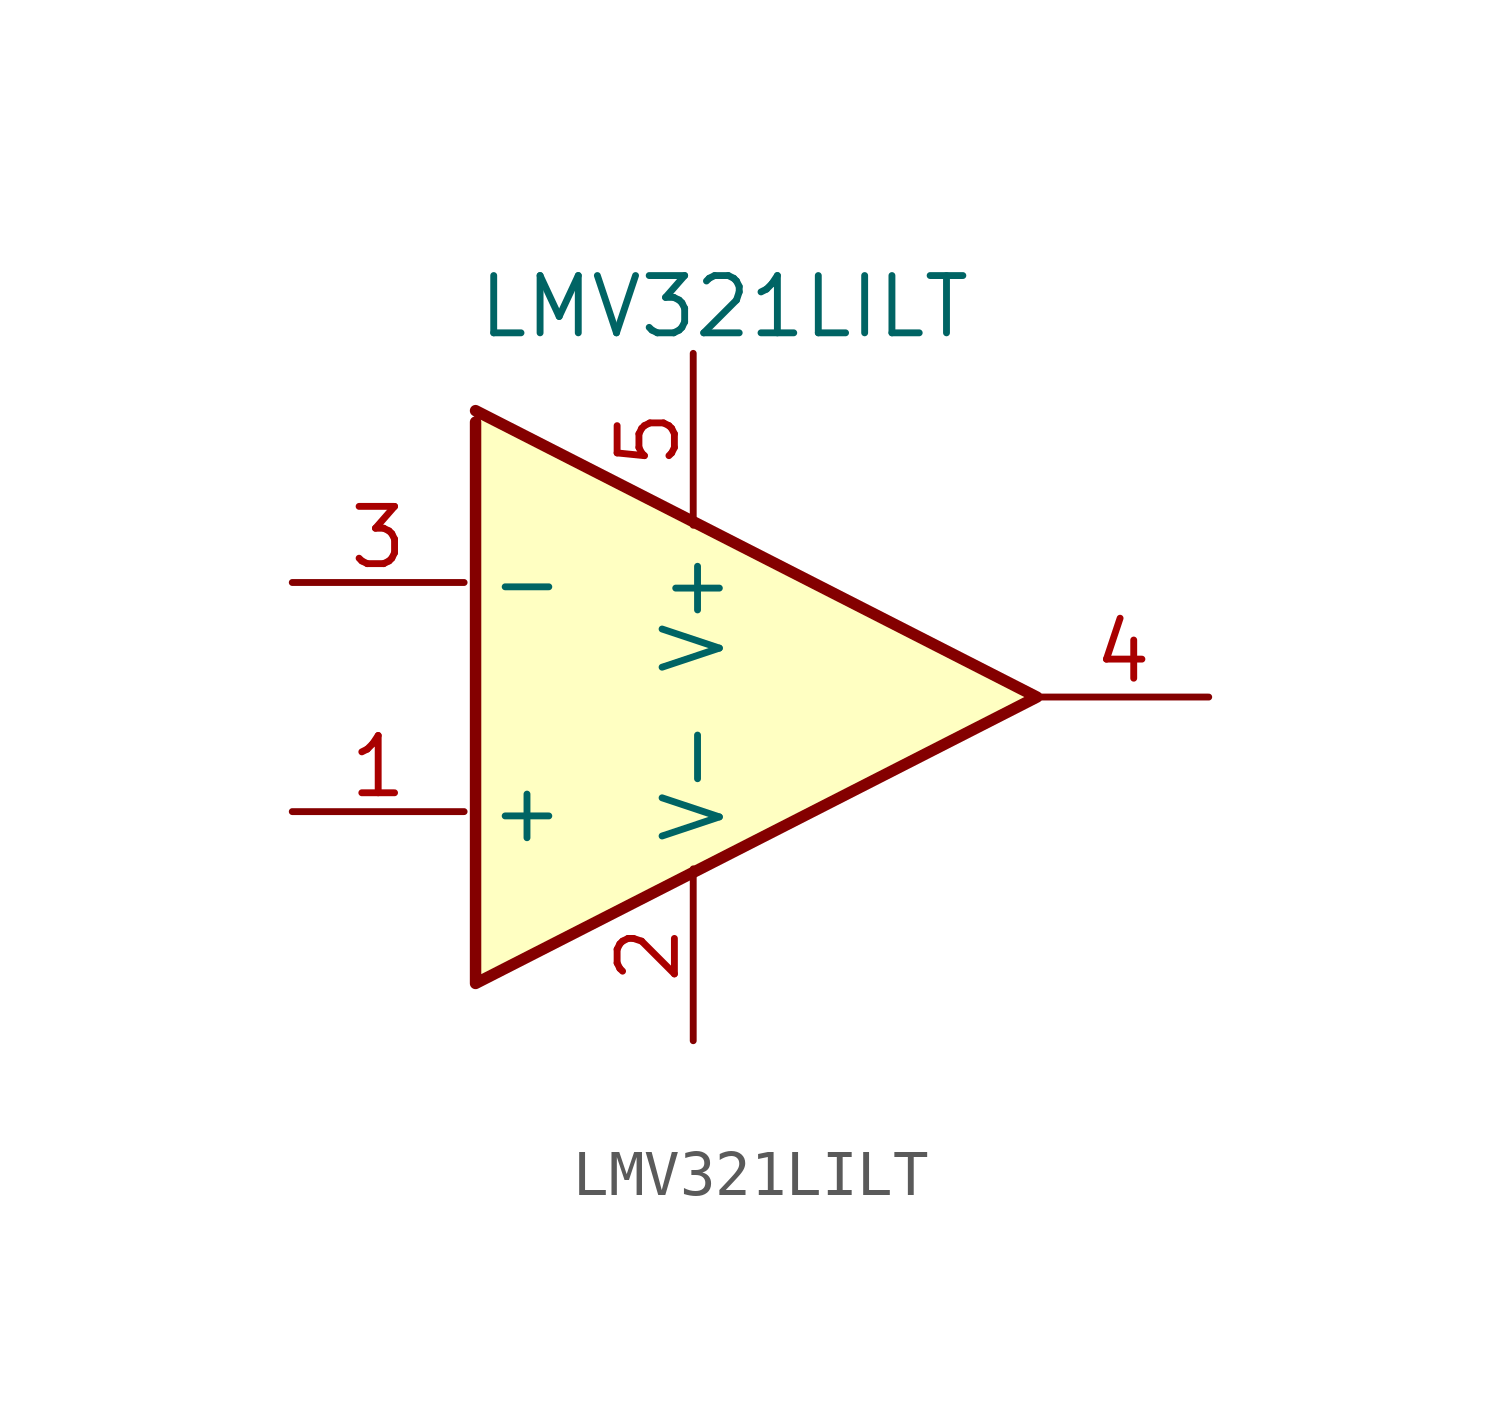
<source format=kicad_sym>
(kicad_symbol_lib
  (version 20241209)
  (generator "kicad_symbol_editor")
  (generator_version "9.0")
  (symbol "LMV321LILT"
    (property "Reference" "IC"
      (at 2.794 9.398 0)
      (effects (font (size 1.27 1.27)) (justify left top) (hide yes)))
    (property "Value" "LMV321LILT"
      (at 2.794 6.858 0)
      (effects (font (size 1.27 1.27)) (justify left top)))
    (symbol "LMV321LILT_1_1"
      (polyline (pts (xy 2.794 3.81) (xy 15.24 -2.54) (xy 2.794 -8.89) (xy 2.794 3.556)) (stroke (width 0.254) (type default)) (fill (type background)))
      (pin passive line (at -1.27 0 0) (length 3.81) (name "-" (effects (font (size 1.27 1.27)))) (number "3" (effects (font (size 1.27 1.27)))))
      (pin passive line (at -1.27 -5.08 0) (length 3.81) (name "+" (effects (font (size 1.27 1.27)))) (number "1" (effects (font (size 1.27 1.27)))))
      (pin passive line (at 7.62 5.08 270) (length 3.81) (name "V+" (effects (font (size 1.27 1.27)))) (number "5" (effects (font (size 1.27 1.27)))))
      (pin power_in line (at 7.62 -10.16 90) (length 3.81) (name "V-" (effects (font (size 1.27 1.27)))) (number "2" (effects (font (size 1.27 1.27)))))
      (pin passive line (at 19.05 -2.54 180) (length 3.81) (name "" (effects (font (size 1.27 1.27)))) (number "4" (effects (font (size 1.27 1.27))))))))
</source>
